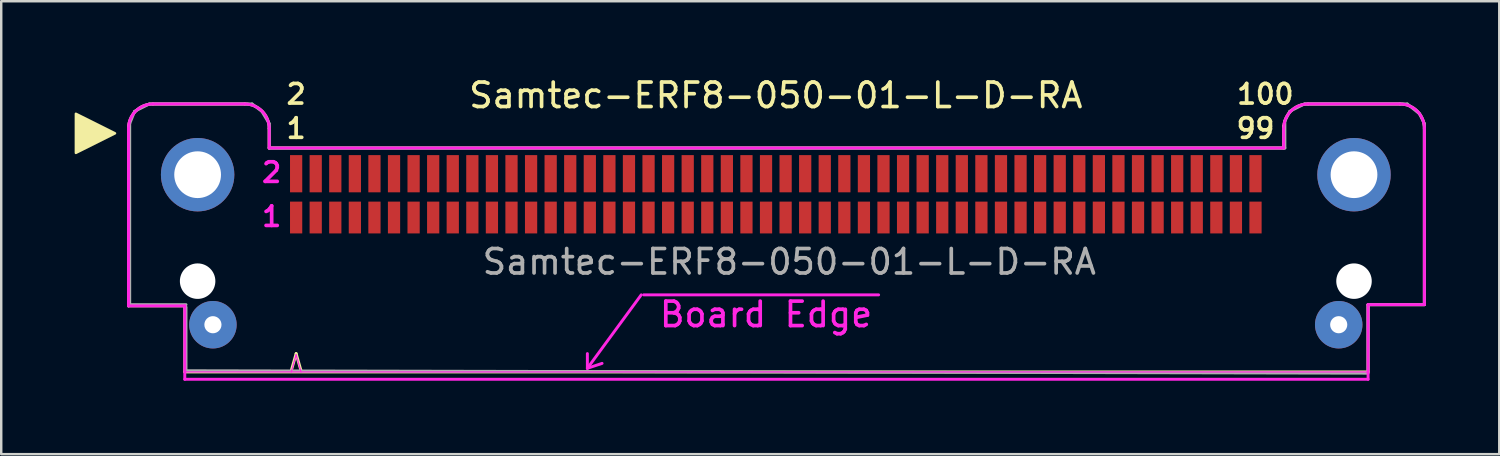
<source format=kicad_pcb>
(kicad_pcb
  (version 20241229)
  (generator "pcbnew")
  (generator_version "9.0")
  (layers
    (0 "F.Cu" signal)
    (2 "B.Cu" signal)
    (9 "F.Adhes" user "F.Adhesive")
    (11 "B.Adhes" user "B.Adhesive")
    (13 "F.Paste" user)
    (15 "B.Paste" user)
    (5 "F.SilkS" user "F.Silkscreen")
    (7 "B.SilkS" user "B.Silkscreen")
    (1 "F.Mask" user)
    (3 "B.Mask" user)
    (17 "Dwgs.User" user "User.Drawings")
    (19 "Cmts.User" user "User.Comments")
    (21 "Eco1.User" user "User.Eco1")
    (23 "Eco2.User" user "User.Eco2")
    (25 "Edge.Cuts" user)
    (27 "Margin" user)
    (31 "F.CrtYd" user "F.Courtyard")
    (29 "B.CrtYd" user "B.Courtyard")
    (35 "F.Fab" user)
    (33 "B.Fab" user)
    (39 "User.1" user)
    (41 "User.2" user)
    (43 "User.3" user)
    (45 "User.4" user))
  (footprint "Samtec-ERF8-050-01-L-D-RA"
    (layer "F.Cu")
    (at 28.65 4.998)
    (property "Reference" "Samtec-ERF8-050-01-L-D-RA" (at 0 -4.15 180) (layer "F.SilkS") (effects (font (size 1 1) (thickness 0.15))))
    (attr smd)
    (fp_line (start -26.45 4.45) (end -26.45 -2.8) (stroke (width 0.12) (type solid)) (layer "F.SilkS"))
    (fp_line (start -26.45 4.45) (end -24.15 4.45) (stroke (width 0.12) (type solid)) (layer "F.SilkS"))
    (fp_line (start -24.15 4.45) (end -24.15 7.15) (stroke (width 0.12) (type solid)) (layer "F.SilkS"))
    (fp_line (start -24.15 7.15) (end 24.2 7.15) (stroke (width 0.12) (type solid)) (layer "F.SilkS"))
    (fp_line (start -21.7 -3.8) (end -25.45 -3.8) (stroke (width 0.12) (type solid)) (layer "F.SilkS"))
    (fp_line (start -20.7 -2.8) (end -20.7 -2) (stroke (width 0.12) (type solid)) (layer "F.SilkS"))
    (fp_line (start -19.6 6.4) (end -19.8 7.1) (stroke (width 0.12) (type solid)) (layer "F.SilkS"))
    (fp_line (start -19.4 7.1) (end -19.6 6.4) (stroke (width 0.12) (type solid)) (layer "F.SilkS"))
    (fp_line (start 20.75 -2.9) (end 20.75 -2) (stroke (width 0.12) (type solid)) (layer "F.SilkS"))
    (fp_line (start 20.75 -2) (end -20.7 -2) (stroke (width 0.12) (type solid)) (layer "F.SilkS"))
    (fp_line (start 24.2 4.4) (end 26.5 4.4) (stroke (width 0.12) (type solid)) (layer "F.SilkS"))
    (fp_line (start 24.2 7.15) (end 24.2 4.4) (stroke (width 0.12) (type solid)) (layer "F.SilkS"))
    (fp_line (start 25.5 -3.8) (end 21.75 -3.8) (stroke (width 0.12) (type solid)) (layer "F.SilkS"))
    (fp_line (start 26.5 4.4) (end 26.5 -2.8) (stroke (width 0.12) (type solid)) (layer "F.SilkS"))
    (fp_arc (start -26.45 -2.8) (mid -26.157107 -3.507107) (end -25.45 -3.8) (stroke (width 0.12) (type solid)) (layer "F.SilkS"))
    (fp_arc (start -21.7 -3.8) (mid -20.992893 -3.507107) (end -20.7 -2.8) (stroke (width 0.12) (type solid)) (layer "F.SilkS"))
    (fp_arc (start 20.75 -2.8) (mid 21.042893 -3.507107) (end 21.75 -3.8) (stroke (width 0.12) (type solid)) (layer "F.SilkS"))
    (fp_arc (start 25.5 -3.8) (mid 26.207107 -3.507107) (end 26.5 -2.8) (stroke (width 0.12) (type solid)) (layer "F.SilkS"))
    (fp_poly (pts (xy -28.6 -3.4) (xy -27 -2.6) (xy -28.6 -1.8)) (stroke (width 0.1) (type solid)) (fill yes) (layer "F.SilkS"))
    (fp_line (start -26.45 4.45) (end -26.45 -2.8) (stroke (width 0.12) (type solid)) (layer "F.CrtYd"))
    (fp_line (start -24.15 4.45) (end -26.45 4.45) (stroke (width 0.12) (type solid)) (layer "F.CrtYd"))
    (fp_line (start -24.15 7.15) (end 24.2 7.15) (stroke (width 0.05) (type solid)) (layer "F.CrtYd"))
    (fp_line (start -24.15 7.45) (end -24.15 4.45) (stroke (width 0.12) (type solid)) (layer "F.CrtYd"))
    (fp_line (start -24.15 7.45) (end 24.2 7.45) (stroke (width 0.12) (type solid)) (layer "F.CrtYd"))
    (fp_line (start -21.7 -3.8) (end -25.45 -3.8) (stroke (width 0.12) (type solid)) (layer "F.CrtYd"))
    (fp_line (start -20.7 -2.8) (end -20.7 -2) (stroke (width 0.12) (type solid)) (layer "F.CrtYd"))
    (fp_line (start -19.6 6.45) (end -19.8 7.15) (stroke (width 0.05) (type solid)) (layer "F.CrtYd"))
    (fp_line (start -19.4 7.15) (end -19.6 6.45) (stroke (width 0.05) (type solid)) (layer "F.CrtYd"))
    (fp_line (start -7.7 7) (end -7.7 6.4) (stroke (width 0.12) (type solid)) (layer "F.CrtYd"))
    (fp_line (start -7.7 7) (end -7.1 6.8) (stroke (width 0.12) (type solid)) (layer "F.CrtYd"))
    (fp_line (start -5.5 4) (end -7.7 7) (stroke (width 0.12) (type solid)) (layer "F.CrtYd"))
    (fp_line (start -5.4 4) (end 4.2 4) (stroke (width 0.12) (type solid)) (layer "F.CrtYd"))
    (fp_line (start 20.75 -2.8) (end 20.75 -2) (stroke (width 0.12) (type solid)) (layer "F.CrtYd"))
    (fp_line (start 20.75 -2) (end -20.7 -2) (stroke (width 0.12) (type solid)) (layer "F.CrtYd"))
    (fp_line (start 24.2 4.4) (end 26.5 4.4) (stroke (width 0.12) (type solid)) (layer "F.CrtYd"))
    (fp_line (start 24.2 7.45) (end 24.2 4.4) (stroke (width 0.12) (type solid)) (layer "F.CrtYd"))
    (fp_line (start 25.5 -3.8) (end 21.75 -3.8) (stroke (width 0.12) (type solid)) (layer "F.CrtYd"))
    (fp_line (start 26.5 4.4) (end 26.5 -2.8) (stroke (width 0.12) (type solid)) (layer "F.CrtYd"))
    (fp_arc (start -26.45 -2.8) (mid -26.157107 -3.507107) (end -25.45 -3.8) (stroke (width 0.12) (type solid)) (layer "F.CrtYd"))
    (fp_arc (start -21.7 -3.8) (mid -20.992893 -3.507107) (end -20.7 -2.8) (stroke (width 0.12) (type solid)) (layer "F.CrtYd"))
    (fp_arc (start 20.75 -2.8) (mid 21.042893 -3.507107) (end 21.75 -3.8) (stroke (width 0.12) (type solid)) (layer "F.CrtYd"))
    (fp_arc (start 25.5 -3.8) (mid 26.207107 -3.507107) (end 26.5 -2.8) (stroke (width 0.12) (type solid)) (layer "F.CrtYd"))
    (fp_line (start -26.4 -3) (end -26.4 4.4) (stroke (width 0.12) (type solid)) (layer "F.Fab"))
    (fp_line (start -26.4 4.4) (end -24.1 4.4) (stroke (width 0.12) (type solid)) (layer "F.Fab"))
    (fp_line (start -26.2 -3.5) (end -26.4 -3) (stroke (width 0.12) (type solid)) (layer "F.Fab"))
    (fp_line (start -25.6 -3.8) (end -26.2 -3.5) (stroke (width 0.12) (type solid)) (layer "F.Fab"))
    (fp_line (start -24.1 7.1) (end -24.1 4.5) (stroke (width 0.12) (type solid)) (layer "F.Fab"))
    (fp_line (start -21.4 -3.8) (end -25.6 -3.8) (stroke (width 0.12) (type solid)) (layer "F.Fab"))
    (fp_line (start -21 -3.5) (end -21.4 -3.8) (stroke (width 0.12) (type solid)) (layer "F.Fab"))
    (fp_line (start -20.7 -3) (end -21 -3.5) (stroke (width 0.12) (type solid)) (layer "F.Fab"))
    (fp_line (start -20.7 -2) (end -20.7 -3) (stroke (width 0.12) (type solid)) (layer "F.Fab"))
    (fp_line (start -20.7 -2) (end 20.8 -2) (stroke (width 0.12) (type solid)) (layer "F.Fab"))
    (fp_line (start 20.8 -3.1) (end 21 -3.5) (stroke (width 0.12) (type solid)) (layer "F.Fab"))
    (fp_line (start 20.8 -2) (end 20.8 -3.1) (stroke (width 0.12) (type solid)) (layer "F.Fab"))
    (fp_line (start 21 -3.5) (end 21.6 -3.8) (stroke (width 0.12) (type solid)) (layer "F.Fab"))
    (fp_line (start 21.6 -3.8) (end 25.8 -3.8) (stroke (width 0.12) (type solid)) (layer "F.Fab"))
    (fp_line (start 24.2 4.4) (end 24.2 7.1) (stroke (width 0.12) (type solid)) (layer "F.Fab"))
    (fp_line (start 24.2 7.2) (end -24.1 7.1) (stroke (width 0.12) (type solid)) (layer "F.Fab"))
    (fp_line (start 25.8 -3.8) (end 26.3 -3.4) (stroke (width 0.12) (type solid)) (layer "F.Fab"))
    (fp_line (start 26.3 -3.4) (end 26.5 -3) (stroke (width 0.12) (type solid)) (layer "F.Fab"))
    (fp_line (start 26.5 -3) (end 26.5 4.4) (stroke (width 0.12) (type solid)) (layer "F.Fab"))
    (fp_line (start 26.5 4.4) (end 24.2 4.4) (stroke (width 0.12) (type solid)) (layer "F.Fab"))
    (fp_text user "99" (at 19.6 -2.8 180) (layer "F.SilkS") (effects (font (size 0.8 0.8) (thickness 0.15))))
    (fp_text user "1" (at -19.6 -2.8 180) (layer "F.SilkS") (effects (font (size 0.8 0.8) (thickness 0.15))))
    (fp_text user "2" (at -19.6 -4.2 180) (layer "F.SilkS") (effects (font (size 0.8 0.8) (thickness 0.15))))
    (fp_text user "100" (at 20 -4.2 180) (layer "F.SilkS") (effects (font (size 0.8 0.8) (thickness 0.15))))
    (fp_text user "Board Edge" (at -0.4 4.8 180) (layer "F.CrtYd") (effects (font (size 1 1) (thickness 0.15))))
    (fp_text user "1" (at -20.6 0.8 180) (layer "F.CrtYd") (effects (font (size 0.8 0.8) (thickness 0.15))))
    (fp_text user "2" (at -20.6 -1 180) (layer "F.CrtYd") (effects (font (size 0.8 0.8) (thickness 0.15))))
    (fp_text user "${REFERENCE}" (at 0.55 2.65 180) (layer "F.Fab") (effects (font (size 1 1) (thickness 0.15))))
    (pad "" thru_hole circle (at -23.625 -0.91 180) (size 3 3) (drill 1.91) (layers "*.Cu" "*.Mask"))
    (pad "" np_thru_hole circle (at -23.625 3.44 180) (size 1.45 1.45) (drill 1.45) (layers "*.Cu" "*.Mask"))
    (pad "" thru_hole circle (at -23 5.22 180) (size 1.94 1.94) (drill 0.7) (layers "*.Cu" "*.Mask"))
    (pad "" thru_hole circle (at 23 5.22 180) (size 1.94 1.94) (drill 0.7) (layers "*.Cu" "*.Mask"))
    (pad "" thru_hole circle (at 23.625 -0.91 180) (size 3 3) (drill 1.91) (layers "*.Cu" "*.Mask"))
    (pad "" np_thru_hole circle (at 23.625 3.44 180) (size 1.45 1.45) (drill 1.45) (layers "*.Cu" "*.Mask"))
    (pad "1" smd rect (at -19.6 0.84 180) (size 0.5 1.3) (layers "F.Cu" "F.Mask" "F.Paste"))
    (pad "2" smd rect (at -19.6 -0.95 180) (size 0.5 1.52) (layers "F.Cu" "F.Mask" "F.Paste"))
    (pad "3" smd rect (at -18.8 0.84 180) (size 0.5 1.3) (layers "F.Cu" "F.Mask" "F.Paste"))
    (pad "4" smd rect (at -18.8 -0.95 180) (size 0.5 1.52) (layers "F.Cu" "F.Mask" "F.Paste"))
    (pad "5" smd rect (at -18 0.84 180) (size 0.5 1.3) (layers "F.Cu" "F.Mask" "F.Paste"))
    (pad "6" smd rect (at -18 -0.95 180) (size 0.5 1.52) (layers "F.Cu" "F.Mask" "F.Paste"))
    (pad "7" smd rect (at -17.2 0.84 180) (size 0.5 1.3) (layers "F.Cu" "F.Mask" "F.Paste"))
    (pad "8" smd rect (at -17.2 -0.95 180) (size 0.5 1.52) (layers "F.Cu" "F.Mask" "F.Paste"))
    (pad "9" smd rect (at -16.4 0.84 180) (size 0.5 1.3) (layers "F.Cu" "F.Mask" "F.Paste"))
    (pad "10" smd rect (at -16.4 -0.95 180) (size 0.5 1.52) (layers "F.Cu" "F.Mask" "F.Paste"))
    (pad "11" smd rect (at -15.6 0.84 180) (size 0.5 1.3) (layers "F.Cu" "F.Mask" "F.Paste"))
    (pad "12" smd rect (at -15.6 -0.95 180) (size 0.5 1.52) (layers "F.Cu" "F.Mask" "F.Paste"))
    (pad "13" smd rect (at -14.8 0.84 180) (size 0.5 1.3) (layers "F.Cu" "F.Mask" "F.Paste"))
    (pad "14" smd rect (at -14.8 -0.95 180) (size 0.5 1.52) (layers "F.Cu" "F.Mask" "F.Paste"))
    (pad "15" smd rect (at -14 0.84 180) (size 0.5 1.3) (layers "F.Cu" "F.Mask" "F.Paste"))
    (pad "16" smd rect (at -14 -0.95 180) (size 0.5 1.52) (layers "F.Cu" "F.Mask" "F.Paste"))
    (pad "17" smd rect (at -13.2 0.84 180) (size 0.5 1.3) (layers "F.Cu" "F.Mask" "F.Paste"))
    (pad "18" smd rect (at -13.2 -0.95 180) (size 0.5 1.52) (layers "F.Cu" "F.Mask" "F.Paste"))
    (pad "19" smd rect (at -12.4 0.84 180) (size 0.5 1.3) (layers "F.Cu" "F.Mask" "F.Paste"))
    (pad "20" smd rect (at -12.4 -0.95 180) (size 0.5 1.52) (layers "F.Cu" "F.Mask" "F.Paste"))
    (pad "21" smd rect (at -11.6 0.84 180) (size 0.5 1.3) (layers "F.Cu" "F.Mask" "F.Paste"))
    (pad "22" smd rect (at -11.6 -0.95 180) (size 0.5 1.52) (layers "F.Cu" "F.Mask" "F.Paste"))
    (pad "23" smd rect (at -10.8 0.84 180) (size 0.5 1.3) (layers "F.Cu" "F.Mask" "F.Paste"))
    (pad "24" smd rect (at -10.8 -0.95 180) (size 0.5 1.52) (layers "F.Cu" "F.Mask" "F.Paste"))
    (pad "25" smd rect (at -10 0.84 180) (size 0.5 1.3) (layers "F.Cu" "F.Mask" "F.Paste"))
    (pad "26" smd rect (at -10 -0.95 180) (size 0.5 1.52) (layers "F.Cu" "F.Mask" "F.Paste"))
    (pad "27" smd rect (at -9.2 0.84 180) (size 0.5 1.3) (layers "F.Cu" "F.Mask" "F.Paste"))
    (pad "28" smd rect (at -9.2 -0.95 180) (size 0.5 1.52) (layers "F.Cu" "F.Mask" "F.Paste"))
    (pad "29" smd rect (at -8.4 0.84 180) (size 0.5 1.3) (layers "F.Cu" "F.Mask" "F.Paste"))
    (pad "30" smd rect (at -8.4 -0.95 180) (size 0.5 1.52) (layers "F.Cu" "F.Mask" "F.Paste"))
    (pad "31" smd rect (at -7.6 0.84 180) (size 0.5 1.3) (layers "F.Cu" "F.Mask" "F.Paste"))
    (pad "32" smd rect (at -7.6 -0.95 180) (size 0.5 1.52) (layers "F.Cu" "F.Mask" "F.Paste"))
    (pad "33" smd rect (at -6.8 0.84 180) (size 0.5 1.3) (layers "F.Cu" "F.Mask" "F.Paste"))
    (pad "34" smd rect (at -6.8 -0.95 180) (size 0.5 1.52) (layers "F.Cu" "F.Mask" "F.Paste"))
    (pad "35" smd rect (at -6 0.84 180) (size 0.5 1.3) (layers "F.Cu" "F.Mask" "F.Paste"))
    (pad "36" smd rect (at -6 -0.95 180) (size 0.5 1.52) (layers "F.Cu" "F.Mask" "F.Paste"))
    (pad "37" smd rect (at -5.2 0.84 180) (size 0.5 1.3) (layers "F.Cu" "F.Mask" "F.Paste"))
    (pad "38" smd rect (at -5.2 -0.95 180) (size 0.5 1.52) (layers "F.Cu" "F.Mask" "F.Paste"))
    (pad "39" smd rect (at -4.4 0.84 180) (size 0.5 1.3) (layers "F.Cu" "F.Mask" "F.Paste"))
    (pad "40" smd rect (at -4.4 -0.95 180) (size 0.5 1.52) (layers "F.Cu" "F.Mask" "F.Paste"))
    (pad "41" smd rect (at -3.6 0.84 180) (size 0.5 1.3) (layers "F.Cu" "F.Mask" "F.Paste"))
    (pad "42" smd rect (at -3.6 -0.95 180) (size 0.5 1.52) (layers "F.Cu" "F.Mask" "F.Paste"))
    (pad "43" smd rect (at -2.8 0.84 180) (size 0.5 1.3) (layers "F.Cu" "F.Mask" "F.Paste"))
    (pad "44" smd rect (at -2.8 -0.95 180) (size 0.5 1.52) (layers "F.Cu" "F.Mask" "F.Paste"))
    (pad "45" smd rect (at -2 0.84 180) (size 0.5 1.3) (layers "F.Cu" "F.Mask" "F.Paste"))
    (pad "46" smd rect (at -2 -0.95 180) (size 0.5 1.52) (layers "F.Cu" "F.Mask" "F.Paste"))
    (pad "47" smd rect (at -1.2 0.84 180) (size 0.5 1.3) (layers "F.Cu" "F.Mask" "F.Paste"))
    (pad "48" smd rect (at -1.2 -0.95 180) (size 0.5 1.52) (layers "F.Cu" "F.Mask" "F.Paste"))
    (pad "49" smd rect (at -0.4 0.84 180) (size 0.5 1.3) (layers "F.Cu" "F.Mask" "F.Paste"))
    (pad "50" smd rect (at -0.4 -0.95 180) (size 0.5 1.52) (layers "F.Cu" "F.Mask" "F.Paste"))
    (pad "51" smd rect (at 0.4 0.84 180) (size 0.5 1.3) (layers "F.Cu" "F.Mask" "F.Paste"))
    (pad "52" smd rect (at 0.4 -0.95 180) (size 0.5 1.52) (layers "F.Cu" "F.Mask" "F.Paste"))
    (pad "53" smd rect (at 1.2 0.84 180) (size 0.5 1.3) (layers "F.Cu" "F.Mask" "F.Paste"))
    (pad "54" smd rect (at 1.2 -0.95 180) (size 0.5 1.52) (layers "F.Cu" "F.Mask" "F.Paste"))
    (pad "55" smd rect (at 2 0.84 180) (size 0.5 1.3) (layers "F.Cu" "F.Mask" "F.Paste"))
    (pad "56" smd rect (at 2 -0.95 180) (size 0.5 1.52) (layers "F.Cu" "F.Mask" "F.Paste"))
    (pad "57" smd rect (at 2.8 0.84 180) (size 0.5 1.3) (layers "F.Cu" "F.Mask" "F.Paste"))
    (pad "58" smd rect (at 2.8 -0.95 180) (size 0.5 1.52) (layers "F.Cu" "F.Mask" "F.Paste"))
    (pad "59" smd rect (at 3.6 0.84 180) (size 0.5 1.3) (layers "F.Cu" "F.Mask" "F.Paste"))
    (pad "60" smd rect (at 3.6 -0.95 180) (size 0.5 1.52) (layers "F.Cu" "F.Mask" "F.Paste"))
    (pad "61" smd rect (at 4.4 0.84 180) (size 0.5 1.3) (layers "F.Cu" "F.Mask" "F.Paste"))
    (pad "62" smd rect (at 4.4 -0.95 180) (size 0.5 1.52) (layers "F.Cu" "F.Mask" "F.Paste"))
    (pad "63" smd rect (at 5.2 0.84 180) (size 0.5 1.3) (layers "F.Cu" "F.Mask" "F.Paste"))
    (pad "64" smd rect (at 5.2 -0.95 180) (size 0.5 1.52) (layers "F.Cu" "F.Mask" "F.Paste"))
    (pad "65" smd rect (at 6 0.84 180) (size 0.5 1.3) (layers "F.Cu" "F.Mask" "F.Paste"))
    (pad "66" smd rect (at 6 -0.95 180) (size 0.5 1.52) (layers "F.Cu" "F.Mask" "F.Paste"))
    (pad "67" smd rect (at 6.8 0.84 180) (size 0.5 1.3) (layers "F.Cu" "F.Mask" "F.Paste"))
    (pad "68" smd rect (at 6.8 -0.95 180) (size 0.5 1.52) (layers "F.Cu" "F.Mask" "F.Paste"))
    (pad "69" smd rect (at 7.6 0.84 180) (size 0.5 1.3) (layers "F.Cu" "F.Mask" "F.Paste"))
    (pad "70" smd rect (at 7.6 -0.95 180) (size 0.5 1.52) (layers "F.Cu" "F.Mask" "F.Paste"))
    (pad "71" smd rect (at 8.4 0.84 180) (size 0.5 1.3) (layers "F.Cu" "F.Mask" "F.Paste"))
    (pad "72" smd rect (at 8.4 -0.95 180) (size 0.5 1.52) (layers "F.Cu" "F.Mask" "F.Paste"))
    (pad "73" smd rect (at 9.2 0.84 180) (size 0.5 1.3) (layers "F.Cu" "F.Mask" "F.Paste"))
    (pad "74" smd rect (at 9.2 -0.95 180) (size 0.5 1.52) (layers "F.Cu" "F.Mask" "F.Paste"))
    (pad "75" smd rect (at 10 0.84 180) (size 0.5 1.3) (layers "F.Cu" "F.Mask" "F.Paste"))
    (pad "76" smd rect (at 10 -0.95 180) (size 0.5 1.52) (layers "F.Cu" "F.Mask" "F.Paste"))
    (pad "77" smd rect (at 10.8 0.84 180) (size 0.5 1.3) (layers "F.Cu" "F.Mask" "F.Paste"))
    (pad "78" smd rect (at 10.8 -0.95 180) (size 0.5 1.52) (layers "F.Cu" "F.Mask" "F.Paste"))
    (pad "79" smd rect (at 11.6 0.84 180) (size 0.5 1.3) (layers "F.Cu" "F.Mask" "F.Paste"))
    (pad "80" smd rect (at 11.6 -0.95 180) (size 0.5 1.52) (layers "F.Cu" "F.Mask" "F.Paste"))
    (pad "81" smd rect (at 12.4 0.84 180) (size 0.5 1.3) (layers "F.Cu" "F.Mask" "F.Paste"))
    (pad "82" smd rect (at 12.4 -0.95 180) (size 0.5 1.52) (layers "F.Cu" "F.Mask" "F.Paste"))
    (pad "83" smd rect (at 13.2 0.84 180) (size 0.5 1.3) (layers "F.Cu" "F.Mask" "F.Paste"))
    (pad "84" smd rect (at 13.2 -0.95 180) (size 0.5 1.52) (layers "F.Cu" "F.Mask" "F.Paste"))
    (pad "85" smd rect (at 14 0.84 180) (size 0.5 1.3) (layers "F.Cu" "F.Mask" "F.Paste"))
    (pad "86" smd rect (at 14 -0.95 180) (size 0.5 1.52) (layers "F.Cu" "F.Mask" "F.Paste"))
    (pad "87" smd rect (at 14.8 0.84 180) (size 0.5 1.3) (layers "F.Cu" "F.Mask" "F.Paste"))
    (pad "88" smd rect (at 14.8 -0.95 180) (size 0.5 1.52) (layers "F.Cu" "F.Mask" "F.Paste"))
    (pad "89" smd rect (at 15.6 0.84 180) (size 0.5 1.3) (layers "F.Cu" "F.Mask" "F.Paste"))
    (pad "90" smd rect (at 15.6 -0.95 180) (size 0.5 1.52) (layers "F.Cu" "F.Mask" "F.Paste"))
    (pad "91" smd rect (at 16.4 0.84 180) (size 0.5 1.3) (layers "F.Cu" "F.Mask" "F.Paste"))
    (pad "92" smd rect (at 16.4 -0.95 180) (size 0.5 1.52) (layers "F.Cu" "F.Mask" "F.Paste"))
    (pad "93" smd rect (at 17.2 0.84 180) (size 0.5 1.3) (layers "F.Cu" "F.Mask" "F.Paste"))
    (pad "94" smd rect (at 17.2 -0.95 180) (size 0.5 1.52) (layers "F.Cu" "F.Mask" "F.Paste"))
    (pad "95" smd rect (at 18 0.84 180) (size 0.5 1.3) (layers "F.Cu" "F.Mask" "F.Paste"))
    (pad "96" smd rect (at 18 -0.95 180) (size 0.5 1.52) (layers "F.Cu" "F.Mask" "F.Paste"))
    (pad "97" smd rect (at 18.8 0.84 180) (size 0.5 1.3) (layers "F.Cu" "F.Mask" "F.Paste"))
    (pad "98" smd rect (at 18.8 -0.95 180) (size 0.5 1.52) (layers "F.Cu" "F.Mask" "F.Paste"))
    (pad "99" smd rect (at 19.6 0.84 180) (size 0.5 1.3) (layers "F.Cu" "F.Mask" "F.Paste"))
    (pad "100" smd rect (at 19.6 -0.95 180) (size 0.5 1.52) (layers "F.Cu" "F.Mask" "F.Paste")))
  (gr_rect
    (start -3 -3)
    (end 58.21 15.508)
    (stroke (width 0.1) (type default))
    (fill no)
    (layer "Edge.Cuts")))
</source>
